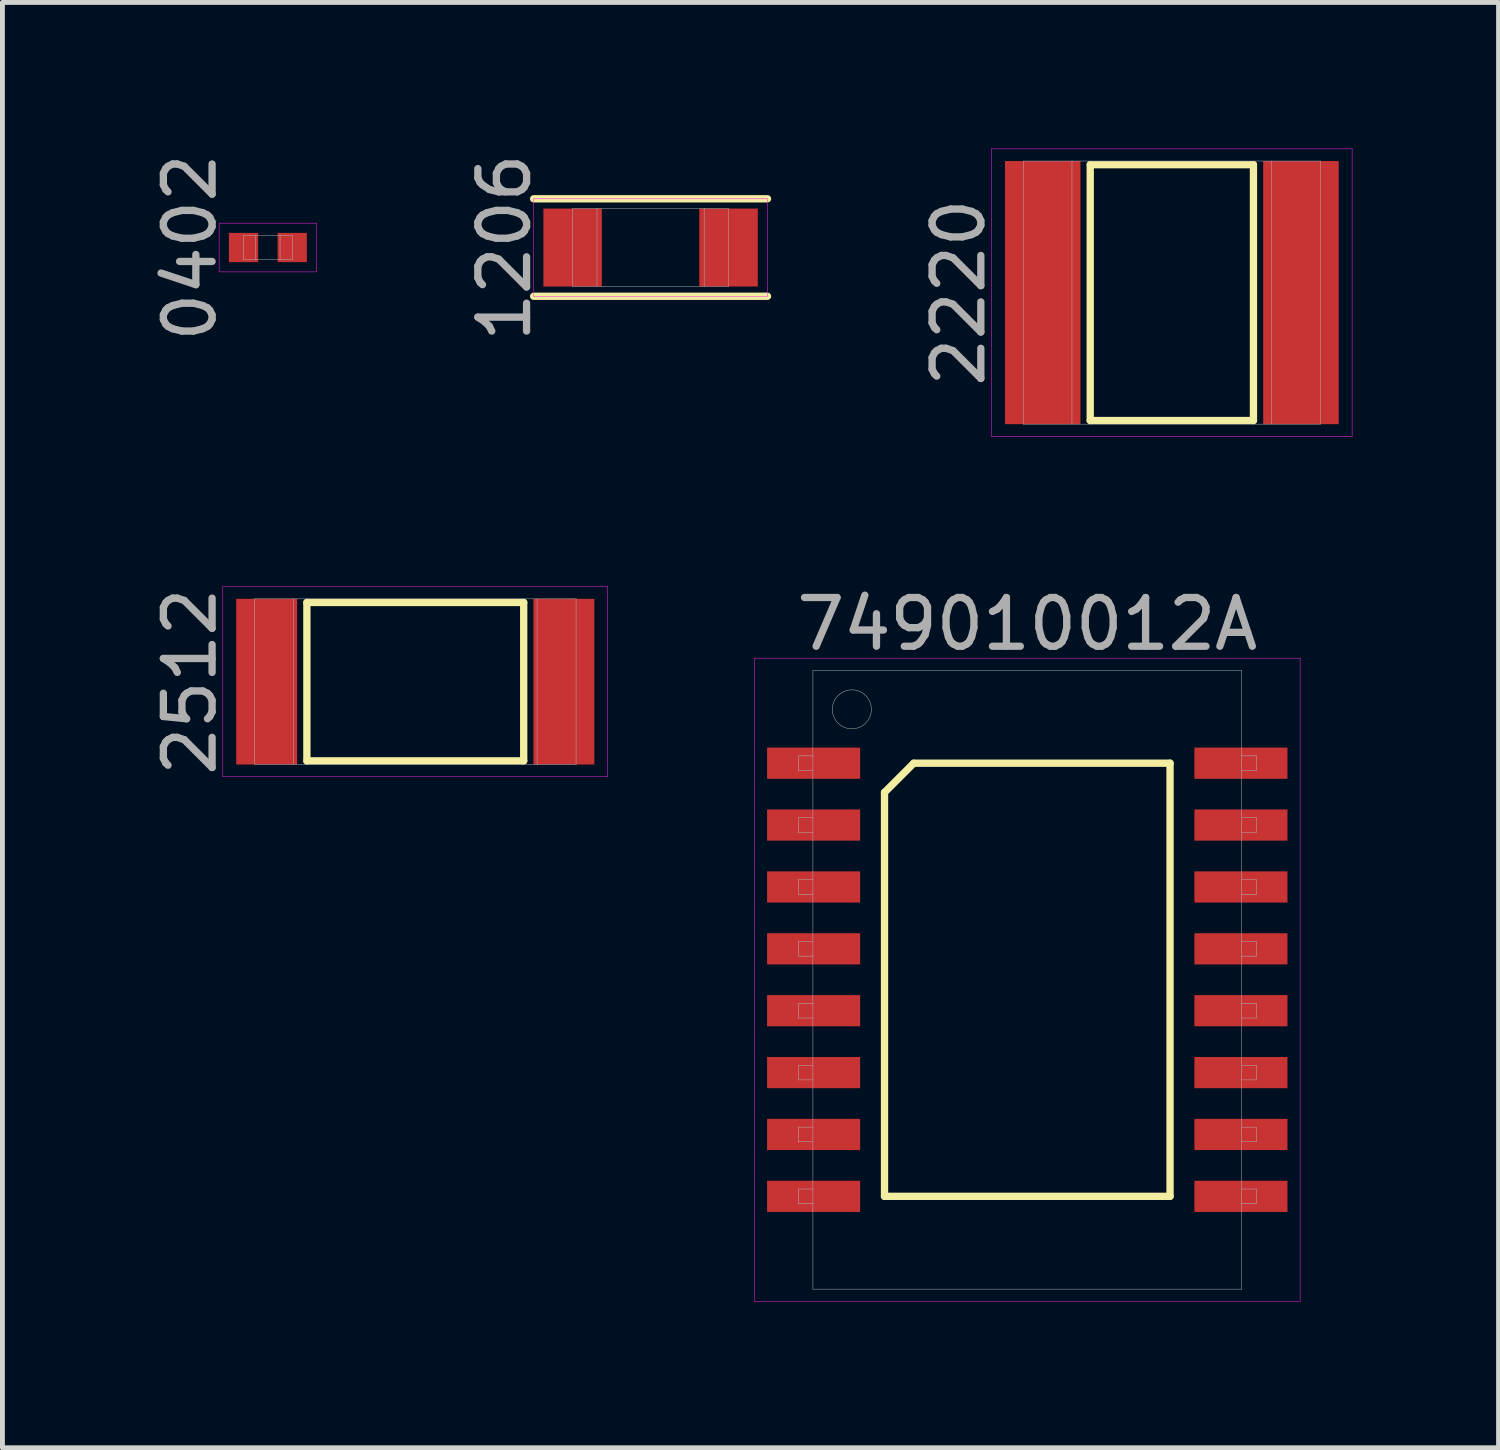
<source format=kicad_pcb>
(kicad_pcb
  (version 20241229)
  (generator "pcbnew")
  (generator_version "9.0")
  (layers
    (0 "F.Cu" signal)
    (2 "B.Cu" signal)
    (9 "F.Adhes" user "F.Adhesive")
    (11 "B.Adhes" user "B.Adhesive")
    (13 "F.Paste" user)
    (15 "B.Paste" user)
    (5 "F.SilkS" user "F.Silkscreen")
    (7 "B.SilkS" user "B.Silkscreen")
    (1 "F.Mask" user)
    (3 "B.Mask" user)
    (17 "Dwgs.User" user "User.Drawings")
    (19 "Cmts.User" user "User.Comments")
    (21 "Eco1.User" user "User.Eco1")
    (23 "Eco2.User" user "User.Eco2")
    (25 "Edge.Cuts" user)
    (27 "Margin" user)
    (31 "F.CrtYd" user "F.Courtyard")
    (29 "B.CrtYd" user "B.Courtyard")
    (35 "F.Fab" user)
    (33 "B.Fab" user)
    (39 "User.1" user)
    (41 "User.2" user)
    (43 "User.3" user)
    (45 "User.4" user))
  (footprint "749010012A"
    (layer "F.Cu")
    (at 18.033 17.058)
    (property "Reference" "749010012A" (at 0 -7.3 0) (layer "F.Fab") (effects (font (size 1 1) (thickness 0.15))))
    (attr smd)
    (fp_line (start -2.93 -3.845) (end -2.33 -4.445) (stroke (width 0.15) (type solid)) (layer "F.SilkS"))
    (fp_line (start -2.93 4.445) (end -2.93 -3.845) (stroke (width 0.15) (type solid)) (layer "F.SilkS"))
    (fp_line (start -2.33 -4.445) (end 2.93 -4.445) (stroke (width 0.15) (type solid)) (layer "F.SilkS"))
    (fp_line (start 2.93 -4.445) (end 2.93 4.445) (stroke (width 0.15) (type solid)) (layer "F.SilkS"))
    (fp_line (start 2.93 4.445) (end -2.93 4.445) (stroke (width 0.15) (type solid)) (layer "F.SilkS"))
    (fp_line (start -5.6 -6.6) (end 5.6 -6.6) (stroke (width 0.01) (type solid)) (layer "F.CrtYd"))
    (fp_line (start -5.6 6.6) (end -5.6 -6.6) (stroke (width 0.01) (type solid)) (layer "F.CrtYd"))
    (fp_line (start 5.6 -6.6) (end 5.6 6.6) (stroke (width 0.01) (type solid)) (layer "F.CrtYd"))
    (fp_line (start 5.6 6.6) (end -5.6 6.6) (stroke (width 0.01) (type solid)) (layer "F.CrtYd"))
    (fp_line (start -4.7 -4.595) (end -4.4 -4.595) (stroke (width 0.01) (type solid)) (layer "F.Fab"))
    (fp_line (start -4.7 -4.295) (end -4.7 -4.595) (stroke (width 0.01) (type solid)) (layer "F.Fab"))
    (fp_line (start -4.7 -3.325) (end -4.4 -3.325) (stroke (width 0.01) (type solid)) (layer "F.Fab"))
    (fp_line (start -4.7 -3.025) (end -4.7 -3.325) (stroke (width 0.01) (type solid)) (layer "F.Fab"))
    (fp_line (start -4.7 -2.055) (end -4.4 -2.055) (stroke (width 0.01) (type solid)) (layer "F.Fab"))
    (fp_line (start -4.7 -1.755) (end -4.7 -2.055) (stroke (width 0.01) (type solid)) (layer "F.Fab"))
    (fp_line (start -4.7 -0.785) (end -4.4 -0.785) (stroke (width 0.01) (type solid)) (layer "F.Fab"))
    (fp_line (start -4.7 -0.485) (end -4.7 -0.785) (stroke (width 0.01) (type solid)) (layer "F.Fab"))
    (fp_line (start -4.7 0.485) (end -4.4 0.485) (stroke (width 0.01) (type solid)) (layer "F.Fab"))
    (fp_line (start -4.7 0.785) (end -4.7 0.485) (stroke (width 0.01) (type solid)) (layer "F.Fab"))
    (fp_line (start -4.7 1.755) (end -4.4 1.755) (stroke (width 0.01) (type solid)) (layer "F.Fab"))
    (fp_line (start -4.7 2.055) (end -4.7 1.755) (stroke (width 0.01) (type solid)) (layer "F.Fab"))
    (fp_line (start -4.7 3.025) (end -4.4 3.025) (stroke (width 0.01) (type solid)) (layer "F.Fab"))
    (fp_line (start -4.7 3.325) (end -4.7 3.025) (stroke (width 0.01) (type solid)) (layer "F.Fab"))
    (fp_line (start -4.7 4.295) (end -4.4 4.295) (stroke (width 0.01) (type solid)) (layer "F.Fab"))
    (fp_line (start -4.7 4.595) (end -4.7 4.295) (stroke (width 0.01) (type solid)) (layer "F.Fab"))
    (fp_line (start -4.4 -6.35) (end 4.4 -6.35) (stroke (width 0.01) (type solid)) (layer "F.Fab"))
    (fp_line (start -4.4 -4.295) (end -4.7 -4.295) (stroke (width 0.01) (type solid)) (layer "F.Fab"))
    (fp_line (start -4.4 -3.025) (end -4.7 -3.025) (stroke (width 0.01) (type solid)) (layer "F.Fab"))
    (fp_line (start -4.4 -1.755) (end -4.7 -1.755) (stroke (width 0.01) (type solid)) (layer "F.Fab"))
    (fp_line (start -4.4 -0.485) (end -4.7 -0.485) (stroke (width 0.01) (type solid)) (layer "F.Fab"))
    (fp_line (start -4.4 0.785) (end -4.7 0.785) (stroke (width 0.01) (type solid)) (layer "F.Fab"))
    (fp_line (start -4.4 2.055) (end -4.7 2.055) (stroke (width 0.01) (type solid)) (layer "F.Fab"))
    (fp_line (start -4.4 3.325) (end -4.7 3.325) (stroke (width 0.01) (type solid)) (layer "F.Fab"))
    (fp_line (start -4.4 4.595) (end -4.7 4.595) (stroke (width 0.01) (type solid)) (layer "F.Fab"))
    (fp_line (start -4.4 6.35) (end -4.4 -6.35) (stroke (width 0.01) (type solid)) (layer "F.Fab"))
    (fp_line (start 4.4 -6.35) (end 4.4 6.35) (stroke (width 0.01) (type solid)) (layer "F.Fab"))
    (fp_line (start 4.4 -4.595) (end 4.7 -4.595) (stroke (width 0.01) (type solid)) (layer "F.Fab"))
    (fp_line (start 4.4 -3.325) (end 4.7 -3.325) (stroke (width 0.01) (type solid)) (layer "F.Fab"))
    (fp_line (start 4.4 -2.055) (end 4.7 -2.055) (stroke (width 0.01) (type solid)) (layer "F.Fab"))
    (fp_line (start 4.4 -0.785) (end 4.7 -0.785) (stroke (width 0.01) (type solid)) (layer "F.Fab"))
    (fp_line (start 4.4 0.485) (end 4.7 0.485) (stroke (width 0.01) (type solid)) (layer "F.Fab"))
    (fp_line (start 4.4 1.755) (end 4.7 1.755) (stroke (width 0.01) (type solid)) (layer "F.Fab"))
    (fp_line (start 4.4 3.025) (end 4.7 3.025) (stroke (width 0.01) (type solid)) (layer "F.Fab"))
    (fp_line (start 4.4 4.295) (end 4.7 4.295) (stroke (width 0.01) (type solid)) (layer "F.Fab"))
    (fp_line (start 4.4 6.35) (end -4.4 6.35) (stroke (width 0.01) (type solid)) (layer "F.Fab"))
    (fp_line (start 4.7 -4.595) (end 4.7 -4.295) (stroke (width 0.01) (type solid)) (layer "F.Fab"))
    (fp_line (start 4.7 -4.295) (end 4.4 -4.295) (stroke (width 0.01) (type solid)) (layer "F.Fab"))
    (fp_line (start 4.7 -3.325) (end 4.7 -3.025) (stroke (width 0.01) (type solid)) (layer "F.Fab"))
    (fp_line (start 4.7 -3.025) (end 4.4 -3.025) (stroke (width 0.01) (type solid)) (layer "F.Fab"))
    (fp_line (start 4.7 -2.055) (end 4.7 -1.755) (stroke (width 0.01) (type solid)) (layer "F.Fab"))
    (fp_line (start 4.7 -1.755) (end 4.4 -1.755) (stroke (width 0.01) (type solid)) (layer "F.Fab"))
    (fp_line (start 4.7 -0.785) (end 4.7 -0.485) (stroke (width 0.01) (type solid)) (layer "F.Fab"))
    (fp_line (start 4.7 -0.485) (end 4.4 -0.485) (stroke (width 0.01) (type solid)) (layer "F.Fab"))
    (fp_line (start 4.7 0.485) (end 4.7 0.785) (stroke (width 0.01) (type solid)) (layer "F.Fab"))
    (fp_line (start 4.7 0.785) (end 4.4 0.785) (stroke (width 0.01) (type solid)) (layer "F.Fab"))
    (fp_line (start 4.7 1.755) (end 4.7 2.055) (stroke (width 0.01) (type solid)) (layer "F.Fab"))
    (fp_line (start 4.7 2.055) (end 4.4 2.055) (stroke (width 0.01) (type solid)) (layer "F.Fab"))
    (fp_line (start 4.7 3.025) (end 4.7 3.325) (stroke (width 0.01) (type solid)) (layer "F.Fab"))
    (fp_line (start 4.7 3.325) (end 4.4 3.325) (stroke (width 0.01) (type solid)) (layer "F.Fab"))
    (fp_line (start 4.7 4.295) (end 4.7 4.595) (stroke (width 0.01) (type solid)) (layer "F.Fab"))
    (fp_line (start 4.7 4.595) (end 4.4 4.595) (stroke (width 0.01) (type solid)) (layer "F.Fab"))
    (fp_circle (center -3.6 -5.55) (end -3.6 -5.15) (stroke (width 0.01) (type solid)) (fill no) (layer "F.Fab"))
    (pad "1" smd rect (at -4.385 -4.445) (size 1.91 0.64) (layers "F.Cu" "F.Mask" "F.Paste"))
    (pad "2" smd rect (at -4.385 -3.175) (size 1.91 0.64) (layers "F.Cu" "F.Mask" "F.Paste"))
    (pad "3" smd rect (at -4.385 -1.905) (size 1.91 0.64) (layers "F.Cu" "F.Mask" "F.Paste"))
    (pad "4" smd rect (at -4.385 -0.635) (size 1.91 0.64) (layers "F.Cu" "F.Mask" "F.Paste"))
    (pad "5" smd rect (at -4.385 0.635) (size 1.91 0.64) (layers "F.Cu" "F.Mask" "F.Paste"))
    (pad "6" smd rect (at -4.385 1.905) (size 1.91 0.64) (layers "F.Cu" "F.Mask" "F.Paste"))
    (pad "7" smd rect (at -4.385 3.175) (size 1.91 0.64) (layers "F.Cu" "F.Mask" "F.Paste"))
    (pad "8" smd rect (at -4.385 4.445) (size 1.91 0.64) (layers "F.Cu" "F.Mask" "F.Paste"))
    (pad "9" smd rect (at 4.385 4.445) (size 1.91 0.64) (layers "F.Cu" "F.Mask" "F.Paste"))
    (pad "10" smd rect (at 4.385 3.175) (size 1.91 0.64) (layers "F.Cu" "F.Mask" "F.Paste"))
    (pad "11" smd rect (at 4.385 1.905) (size 1.91 0.64) (layers "F.Cu" "F.Mask" "F.Paste"))
    (pad "12" smd rect (at 4.385 0.635) (size 1.91 0.64) (layers "F.Cu" "F.Mask" "F.Paste"))
    (pad "13" smd rect (at 4.385 -0.635) (size 1.91 0.64) (layers "F.Cu" "F.Mask" "F.Paste"))
    (pad "14" smd rect (at 4.385 -1.905) (size 1.91 0.64) (layers "F.Cu" "F.Mask" "F.Paste"))
    (pad "15" smd rect (at 4.385 -3.175) (size 1.91 0.64) (layers "F.Cu" "F.Mask" "F.Paste"))
    (pad "16" smd rect (at 4.385 -4.445) (size 1.91 0.64) (layers "F.Cu" "F.Mask" "F.Paste")))
  (footprint "1206"
    (layer "F.Cu")
    (at 10.302 2.03)
    (property "Reference" "1206" (at -3 0 90) (layer "F.Fab") (effects (font (size 1 1) (thickness 0.15))))
    (attr through_hole)
    (fp_line (start -2.4 -1) (end 2.4 -1) (stroke (width 0.15) (type solid)) (layer "F.SilkS"))
    (fp_line (start -2.4 1) (end 2.4 1) (stroke (width 0.15) (type solid)) (layer "F.SilkS"))
    (fp_line (start -2.4 -1) (end 2.4 -1) (stroke (width 0.01) (type solid)) (layer "F.CrtYd"))
    (fp_line (start -2.4 1) (end -2.4 -1) (stroke (width 0.01) (type solid)) (layer "F.CrtYd"))
    (fp_line (start 2.4 -1) (end 2.4 1) (stroke (width 0.01) (type solid)) (layer "F.CrtYd"))
    (fp_line (start 2.4 1) (end -2.4 1) (stroke (width 0.01) (type solid)) (layer "F.CrtYd"))
    (fp_line (start -1.6 -0.8) (end -1.6 0.8) (stroke (width 0.01) (type solid)) (layer "F.Fab"))
    (fp_line (start -1.6 0.8) (end 1.6 0.8) (stroke (width 0.01) (type solid)) (layer "F.Fab"))
    (fp_line (start -1.1 -0.8) (end -1.1 0.8) (stroke (width 0.01) (type solid)) (layer "F.Fab"))
    (fp_line (start 1.1 -0.8) (end 1.1 0.8) (stroke (width 0.01) (type solid)) (layer "F.Fab"))
    (fp_line (start 1.6 -0.8) (end -1.6 -0.8) (stroke (width 0.01) (type solid)) (layer "F.Fab"))
    (fp_line (start 1.6 0.8) (end 1.6 -0.8) (stroke (width 0.01) (type solid)) (layer "F.Fab"))
    (pad "1" smd rect (at -1.6 0) (size 1.2 1.6) (layers "F.Cu" "F.Mask" "F.Paste"))
    (pad "2" smd rect (at 1.6 0) (size 1.2 1.6) (layers "F.Cu" "F.Mask" "F.Paste")))
  (footprint "2220"
    (layer "F.Cu")
    (at 21 2.955)
    (property "Reference" "2220" (at -4.375 0 90) (layer "F.Fab") (effects (font (size 1 1) (thickness 0.15))))
    (attr smd)
    (fp_line (start -1.675 -2.625) (end 1.675 -2.625) (stroke (width 0.15) (type solid)) (layer "F.SilkS"))
    (fp_line (start -1.675 2.625) (end -1.675 -2.625) (stroke (width 0.15) (type solid)) (layer "F.SilkS"))
    (fp_line (start 1.675 -2.625) (end 1.675 2.625) (stroke (width 0.15) (type solid)) (layer "F.SilkS"))
    (fp_line (start 1.675 2.625) (end -1.675 2.625) (stroke (width 0.15) (type solid)) (layer "F.SilkS"))
    (fp_line (start -3.7 -2.95) (end 3.7 -2.95) (stroke (width 0.01) (type solid)) (layer "F.CrtYd"))
    (fp_line (start -3.7 2.95) (end -3.7 -2.95) (stroke (width 0.01) (type solid)) (layer "F.CrtYd"))
    (fp_line (start 3.7 -2.95) (end 3.7 2.95) (stroke (width 0.01) (type solid)) (layer "F.CrtYd"))
    (fp_line (start 3.7 2.95) (end -3.7 2.95) (stroke (width 0.01) (type solid)) (layer "F.CrtYd"))
    (fp_line (start -3.05 -2.7) (end 3.05 -2.7) (stroke (width 0.01) (type solid)) (layer "F.Fab"))
    (fp_line (start -3.05 2.7) (end -3.05 -2.7) (stroke (width 0.01) (type solid)) (layer "F.Fab"))
    (fp_line (start -2.05 -2.7) (end -2.05 2.7) (stroke (width 0.01) (type solid)) (layer "F.Fab"))
    (fp_line (start 2.05 -2.7) (end 2.05 2.7) (stroke (width 0.01) (type solid)) (layer "F.Fab"))
    (fp_line (start 3.05 -2.7) (end 3.05 2.7) (stroke (width 0.01) (type solid)) (layer "F.Fab"))
    (fp_line (start 3.05 2.7) (end -3.05 2.7) (stroke (width 0.01) (type solid)) (layer "F.Fab"))
    (pad "1" smd rect (at -2.65 0) (size 1.55 5.4) (layers "F.Cu" "F.Mask" "F.Paste"))
    (pad "2" smd rect (at 2.65 0) (size 1.55 5.4) (layers "F.Cu" "F.Mask" "F.Paste")))
  (footprint "2512"
    (layer "F.Cu")
    (at 5.473 10.94)
    (property "Reference" "2512" (at -4.625 0 90) (layer "F.Fab") (effects (font (size 1 1) (thickness 0.15))))
    (attr smd)
    (fp_line (start -2.225 -1.625) (end 2.225 -1.625) (stroke (width 0.15) (type solid)) (layer "F.SilkS"))
    (fp_line (start -2.225 1.625) (end -2.225 -1.625) (stroke (width 0.15) (type solid)) (layer "F.SilkS"))
    (fp_line (start 2.225 -1.625) (end 2.225 1.625) (stroke (width 0.15) (type solid)) (layer "F.SilkS"))
    (fp_line (start 2.225 1.625) (end -2.225 1.625) (stroke (width 0.15) (type solid)) (layer "F.SilkS"))
    (fp_line (start -3.95 -1.95) (end 3.95 -1.95) (stroke (width 0.01) (type solid)) (layer "F.CrtYd"))
    (fp_line (start -3.95 1.95) (end -3.95 -1.95) (stroke (width 0.01) (type solid)) (layer "F.CrtYd"))
    (fp_line (start 3.95 -1.95) (end 3.95 1.95) (stroke (width 0.01) (type solid)) (layer "F.CrtYd"))
    (fp_line (start 3.95 1.95) (end -3.95 1.95) (stroke (width 0.01) (type solid)) (layer "F.CrtYd"))
    (fp_line (start -3.3 -1.7) (end 3.3 -1.7) (stroke (width 0.01) (type solid)) (layer "F.Fab"))
    (fp_line (start -3.3 1.7) (end -3.3 -1.7) (stroke (width 0.01) (type solid)) (layer "F.Fab"))
    (fp_line (start -2.5 -1.7) (end -2.5 1.7) (stroke (width 0.01) (type solid)) (layer "F.Fab"))
    (fp_line (start 2.5 -1.7) (end 2.5 1.7) (stroke (width 0.01) (type solid)) (layer "F.Fab"))
    (fp_line (start 3.3 -1.7) (end 3.3 1.7) (stroke (width 0.01) (type solid)) (layer "F.Fab"))
    (fp_line (start 3.3 1.7) (end -3.3 1.7) (stroke (width 0.01) (type solid)) (layer "F.Fab"))
    (pad "1" smd rect (at -3.05 0) (size 1.25 3.4) (layers "F.Cu" "F.Mask" "F.Paste"))
    (pad "2" smd rect (at 3.05 0) (size 1.25 3.4) (layers "F.Cu" "F.Mask" "F.Paste")))
  (footprint "0402"
    (layer "F.Cu")
    (at 2.448 2.03)
    (property "Reference" "0402" (at -1.6 0 90) (layer "F.Fab") (effects (font (size 1 1) (thickness 0.15))))
    (attr through_hole)
    (fp_line (start -1 -0.5) (end 1 -0.5) (stroke (width 0.01) (type solid)) (layer "F.CrtYd"))
    (fp_line (start -1 0.5) (end -1 -0.5) (stroke (width 0.01) (type solid)) (layer "F.CrtYd"))
    (fp_line (start 1 -0.5) (end 1 0.5) (stroke (width 0.01) (type solid)) (layer "F.CrtYd"))
    (fp_line (start 1 0.5) (end -1 0.5) (stroke (width 0.01) (type solid)) (layer "F.CrtYd"))
    (fp_line (start -0.5 -0.25) (end -0.5 0.25) (stroke (width 0.01) (type solid)) (layer "F.Fab"))
    (fp_line (start -0.5 0.25) (end 0.5 0.25) (stroke (width 0.01) (type solid)) (layer "F.Fab"))
    (fp_line (start -0.25 -0.25) (end -0.25 0.25) (stroke (width 0.01) (type solid)) (layer "F.Fab"))
    (fp_line (start 0.25 0.25) (end 0.25 -0.25) (stroke (width 0.01) (type solid)) (layer "F.Fab"))
    (fp_line (start 0.5 -0.25) (end -0.5 -0.25) (stroke (width 0.01) (type solid)) (layer "F.Fab"))
    (fp_line (start 0.5 0.25) (end 0.5 -0.25) (stroke (width 0.01) (type solid)) (layer "F.Fab"))
    (pad "1" smd rect (at -0.5 0) (size 0.6 0.6) (layers "F.Cu" "F.Mask" "F.Paste"))
    (pad "2" smd rect (at 0.5 0) (size 0.6 0.6) (layers "F.Cu" "F.Mask" "F.Paste")))
  (gr_rect
    (start -3 -3)
    (end 27.705 26.663)
    (stroke (width 0.1) (type default))
    (fill no)
    (layer "Edge.Cuts")))
</source>
